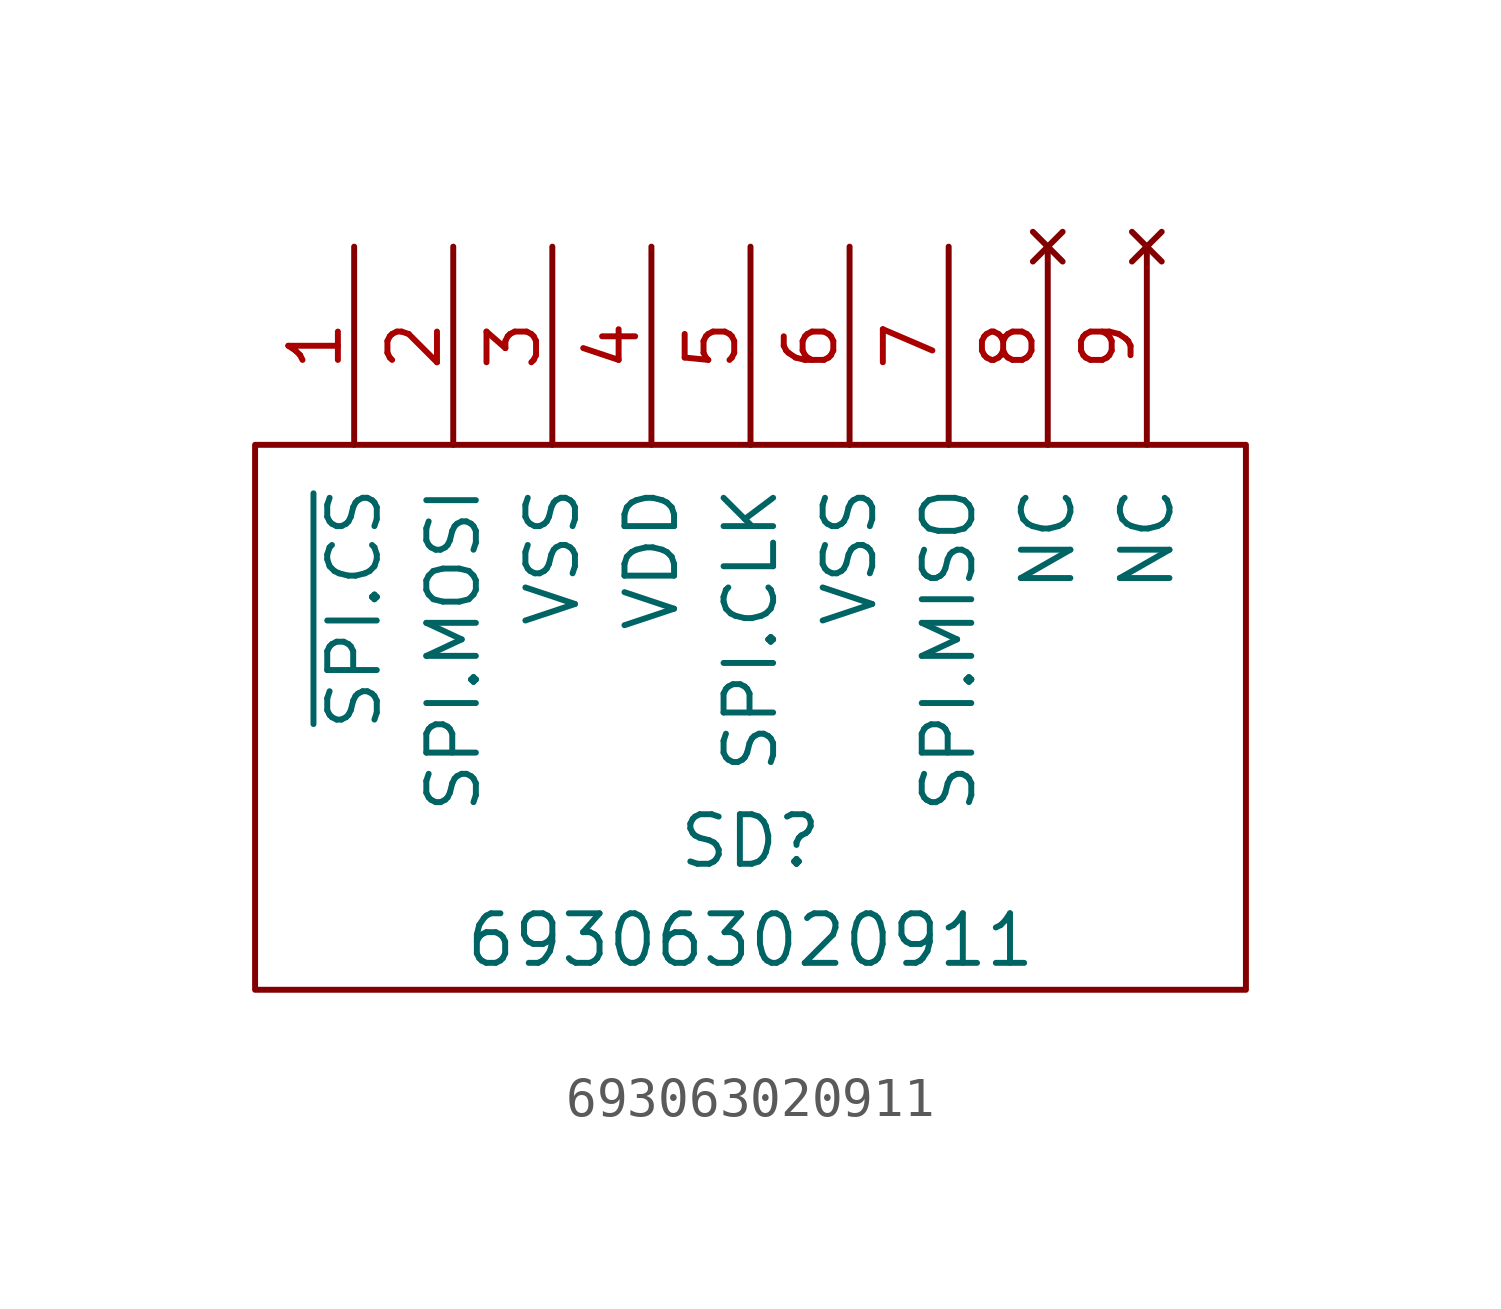
<source format=kicad_sym>
(kicad_symbol_lib
  (version 20211014)
  (generator kicad_symbol_editor)
  (symbol "693063020911"
    (pin_names
      (offset 1.016))
    (property "Reference" "SD"
      (at 0 0 0)
      (effects (font (size 1.27 1.27))))
    (property "Value" "693063020911"
      (at 0 -2.54 0)
      (effects (font (size 1.27 1.27))))
    (symbol "693063020911_0_0"
      (pin input line (at -10.16 15.24 270) (length 5.08) (name "~{SPI.CS}" (effects (font (size 1.27 1.27)))) (number "1" (effects (font (size 1.27 1.27)))))
      (pin input line (at -7.62 15.24 270) (length 5.08) (name "SPI.MOSI" (effects (font (size 1.27 1.27)))) (number "2" (effects (font (size 1.27 1.27)))))
      (pin power_in line (at -5.08 15.24 270) (length 5.08) (name "VSS" (effects (font (size 1.27 1.27)))) (number "3" (effects (font (size 1.27 1.27)))))
      (pin power_in line (at -2.54 15.24 270) (length 5.08) (name "VDD" (effects (font (size 1.27 1.27)))) (number "4" (effects (font (size 1.27 1.27)))))
      (pin input line (at 0 15.24 270) (length 5.08) (name "SPI.CLK" (effects (font (size 1.27 1.27)))) (number "5" (effects (font (size 1.27 1.27)))))
      (pin power_in line (at 2.54 15.24 270) (length 5.08) (name "VSS" (effects (font (size 1.27 1.27)))) (number "6" (effects (font (size 1.27 1.27)))))
      (pin output line (at 5.08 15.24 270) (length 5.08) (name "SPI.MISO" (effects (font (size 1.27 1.27)))) (number "7" (effects (font (size 1.27 1.27)))))
      (pin no_connect line (at 7.62 15.24 270) (length 5.08) (name "NC" (effects (font (size 1.27 1.27)))) (number "8" (effects (font (size 1.27 1.27)))))
      (pin no_connect line (at 10.16 15.24 270) (length 5.08) (name "NC" (effects (font (size 1.27 1.27)))) (number "9" (effects (font (size 1.27 1.27))))))
    (symbol "693063020911_0_1"
      (rectangle (start -12.7 10.16) (end 12.7 -3.81) (stroke (width 0) (type default) (color 0 0 0 0)) (fill (type none))))))
</source>
